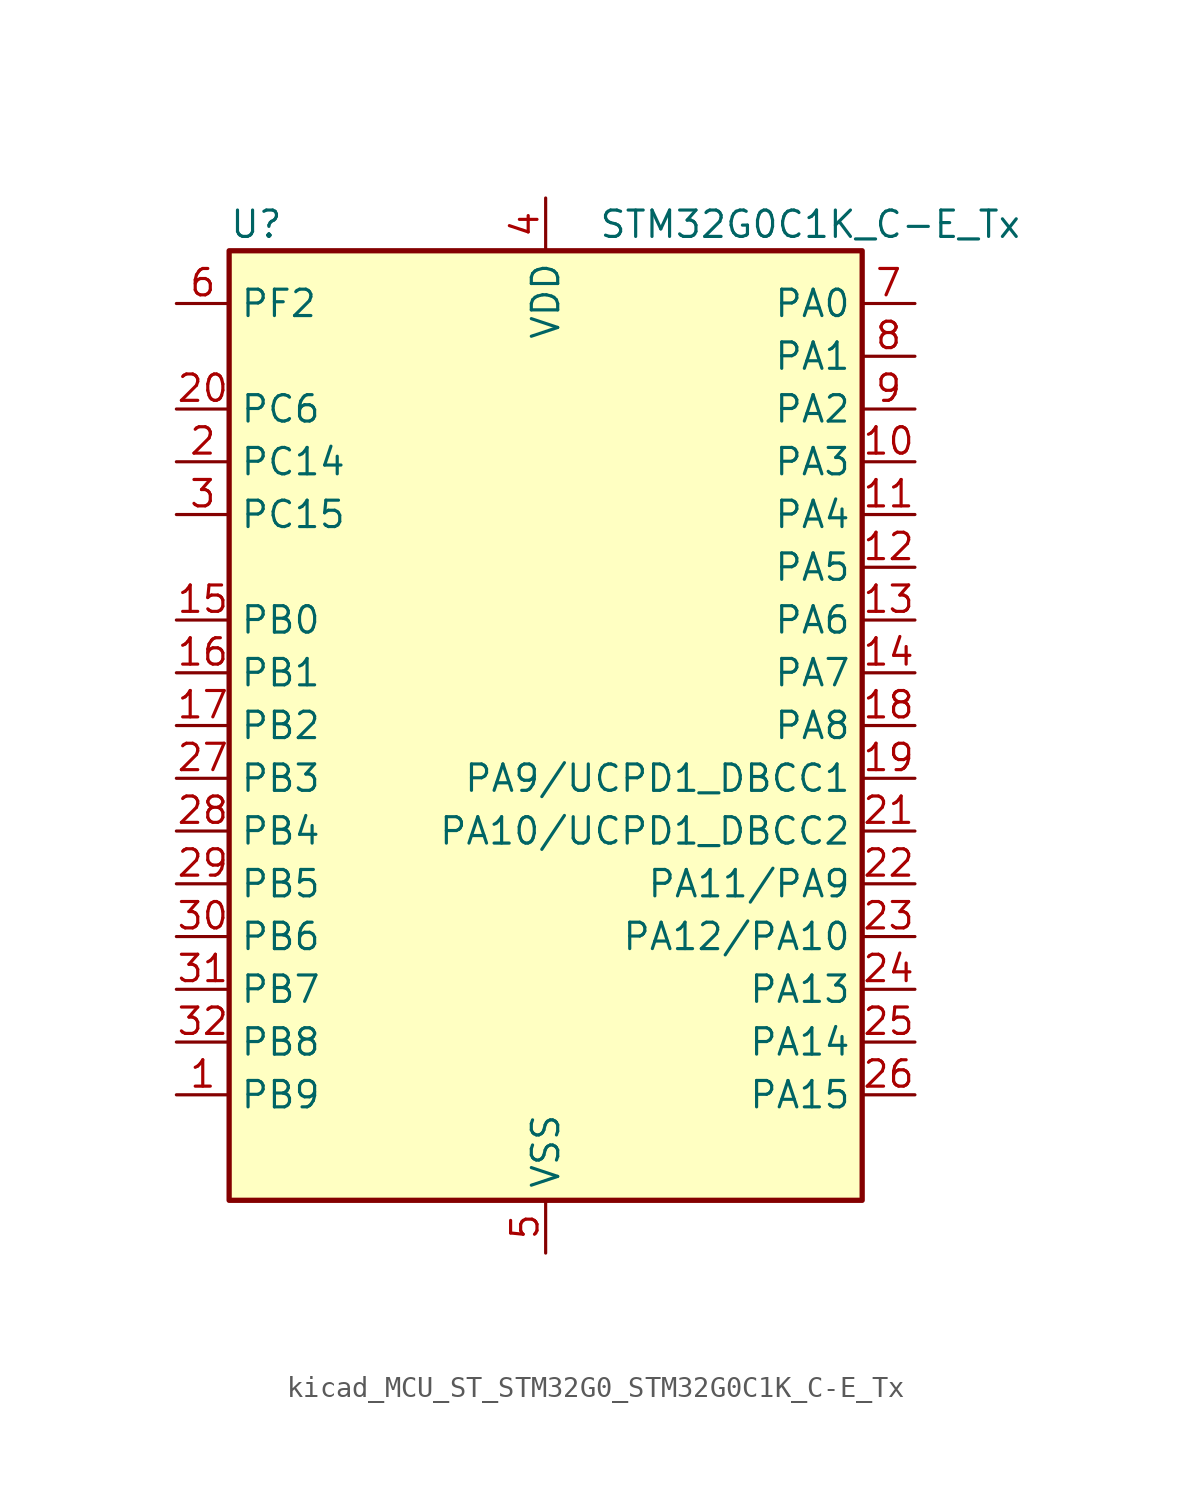
<source format=kicad_sym>
(kicad_symbol_lib
  (version 20220914)
  (generator kicad_symbol_editor)
  (symbol "kicad_MCU_ST_STM32G0_STM32G0C1K_C-E_Tx"
    (property "Reference" "U"
      (at -15.24 24.13 0)
      (effects (font (size 1.27 1.27)) (justify left)))
    (property "Value" "STM32G0C1K_C-E_Tx"
      (at 2.54 24.13 0)
      (effects (font (size 1.27 1.27)) (justify left)))
    (property "ki_locked" ""
      (at 0 0 0)
      (effects (font (size 1.27 1.27))))
    (symbol "kicad_MCU_ST_STM32G0_STM32G0C1K_C-E_Tx_0_1"
      (rectangle (start -15.24 -22.86) (end 15.24 22.86) (stroke (width 0.254) (type default)) (fill (type background))))
    (symbol "kicad_MCU_ST_STM32G0_STM32G0C1K_C-E_Tx_1_1"
      (pin bidirectional line (at -17.78 -17.78 0) (length 2.54) (name "PB9" (effects (font (size 1.27 1.27)))) (number "1" (effects (font (size 1.27 1.27)))) (alternate "DAC1_EXTI9" bidirectional line) (alternate "FDCAN1_TX" bidirectional line) (alternate "I2C1_SDA" bidirectional line) (alternate "I2S2_WS" bidirectional line) (alternate "IR_OUT" bidirectional line) (alternate "SPI2_NSS" bidirectional line) (alternate "TIM17_CH1" bidirectional line) (alternate "TIM4_CH4" bidirectional line) (alternate "USART3_RX" bidirectional line) (alternate "USART6_RX" bidirectional line))
      (pin bidirectional line (at 17.78 12.7 180) (length 2.54) (name "PA3" (effects (font (size 1.27 1.27)))) (number "10" (effects (font (size 1.27 1.27)))) (alternate "ADC1_IN3" bidirectional line) (alternate "COMP2_INP" bidirectional line) (alternate "I2S2_MCK" bidirectional line) (alternate "LPUART1_RX" bidirectional line) (alternate "SPI2_MISO" bidirectional line) (alternate "TIM15_CH2" bidirectional line) (alternate "TIM2_CH4" bidirectional line) (alternate "USART2_RX" bidirectional line))
      (pin bidirectional line (at 17.78 10.16 180) (length 2.54) (name "PA4" (effects (font (size 1.27 1.27)))) (number "11" (effects (font (size 1.27 1.27)))) (alternate "ADC1_IN4" bidirectional line) (alternate "DAC1_OUT1" bidirectional line) (alternate "I2S1_WS" bidirectional line) (alternate "I2S2_SD" bidirectional line) (alternate "LPTIM2_OUT" bidirectional line) (alternate "RTC_OUT1" bidirectional line) (alternate "RTC_TAMP_IN1" bidirectional line) (alternate "RTC_TS" bidirectional line) (alternate "SPI1_NSS" bidirectional line) (alternate "SPI2_MOSI" bidirectional line) (alternate "SPI3_NSS" bidirectional line) (alternate "SYS_WKUP2" bidirectional line) (alternate "TIM14_CH1" bidirectional line) (alternate "USART6_TX" bidirectional line) (alternate "USB_NOE" bidirectional line))
      (pin bidirectional line (at 17.78 7.62 180) (length 2.54) (name "PA5" (effects (font (size 1.27 1.27)))) (number "12" (effects (font (size 1.27 1.27)))) (alternate "ADC1_IN5" bidirectional line) (alternate "CEC" bidirectional line) (alternate "DAC1_OUT2" bidirectional line) (alternate "I2S1_CK" bidirectional line) (alternate "LPTIM2_ETR" bidirectional line) (alternate "SPI1_SCK" bidirectional line) (alternate "TIM2_CH1" bidirectional line) (alternate "TIM2_ETR" bidirectional line) (alternate "UCPD1_FRSTX1" bidirectional line) (alternate "UCPD1_FRSTX2" bidirectional line) (alternate "USART3_TX" bidirectional line) (alternate "USART6_RX" bidirectional line))
      (pin bidirectional line (at 17.78 5.08 180) (length 2.54) (name "PA6" (effects (font (size 1.27 1.27)))) (number "13" (effects (font (size 1.27 1.27)))) (alternate "ADC1_IN6" bidirectional line) (alternate "COMP1_OUT" bidirectional line) (alternate "I2C2_SDA" bidirectional line) (alternate "I2C3_SDA" bidirectional line) (alternate "I2S1_MCK" bidirectional line) (alternate "LPUART1_CTS" bidirectional line) (alternate "SPI1_MISO" bidirectional line) (alternate "TIM16_CH1" bidirectional line) (alternate "TIM1_BK" bidirectional line) (alternate "TIM3_CH1" bidirectional line) (alternate "USART3_CTS" bidirectional line) (alternate "USART3_NSS" bidirectional line) (alternate "USART6_CTS" bidirectional line) (alternate "USART6_NSS" bidirectional line))
      (pin bidirectional line (at 17.78 2.54 180) (length 2.54) (name "PA7" (effects (font (size 1.27 1.27)))) (number "14" (effects (font (size 1.27 1.27)))) (alternate "ADC1_IN7" bidirectional line) (alternate "COMP2_OUT" bidirectional line) (alternate "I2C2_SCL" bidirectional line) (alternate "I2C3_SCL" bidirectional line) (alternate "I2S1_SD" bidirectional line) (alternate "SPI1_MOSI" bidirectional line) (alternate "TIM14_CH1" bidirectional line) (alternate "TIM17_CH1" bidirectional line) (alternate "TIM1_CH1N" bidirectional line) (alternate "TIM3_CH2" bidirectional line) (alternate "UCPD1_FRSTX1" bidirectional line) (alternate "UCPD1_FRSTX2" bidirectional line) (alternate "USART6_CK" bidirectional line) (alternate "USART6_DE" bidirectional line) (alternate "USART6_RTS" bidirectional line))
      (pin bidirectional line (at -17.78 5.08 0) (length 2.54) (name "PB0" (effects (font (size 1.27 1.27)))) (number "15" (effects (font (size 1.27 1.27)))) (alternate "ADC1_IN8" bidirectional line) (alternate "COMP1_OUT" bidirectional line) (alternate "COMP3_INP" bidirectional line) (alternate "FDCAN2_RX" bidirectional line) (alternate "I2S1_WS" bidirectional line) (alternate "LPTIM1_OUT" bidirectional line) (alternate "LPUART2_CTS" bidirectional line) (alternate "SPI1_NSS" bidirectional line) (alternate "TIM1_CH2N" bidirectional line) (alternate "TIM3_CH3" bidirectional line) (alternate "UCPD1_FRSTX1" bidirectional line) (alternate "UCPD1_FRSTX2" bidirectional line) (alternate "USART3_RX" bidirectional line) (alternate "USART5_TX" bidirectional line))
      (pin bidirectional line (at -17.78 2.54 0) (length 2.54) (name "PB1" (effects (font (size 1.27 1.27)))) (number "16" (effects (font (size 1.27 1.27)))) (alternate "ADC1_IN9" bidirectional line) (alternate "COMP1_INM" bidirectional line) (alternate "COMP3_OUT" bidirectional line) (alternate "FDCAN2_TX" bidirectional line) (alternate "LPTIM2_IN1" bidirectional line) (alternate "LPUART1_DE" bidirectional line) (alternate "LPUART1_RTS" bidirectional line) (alternate "LPUART2_DE" bidirectional line) (alternate "LPUART2_RTS" bidirectional line) (alternate "TIM14_CH1" bidirectional line) (alternate "TIM1_CH3N" bidirectional line) (alternate "TIM3_CH4" bidirectional line) (alternate "USART3_CK" bidirectional line) (alternate "USART3_DE" bidirectional line) (alternate "USART3_RTS" bidirectional line) (alternate "USART5_RX" bidirectional line))
      (pin bidirectional line (at -17.78 0 0) (length 2.54) (name "PB2" (effects (font (size 1.27 1.27)))) (number "17" (effects (font (size 1.27 1.27)))) (alternate "ADC1_IN10" bidirectional line) (alternate "COMP1_INP" bidirectional line) (alternate "COMP3_INM" bidirectional line) (alternate "I2S2_MCK" bidirectional line) (alternate "LPTIM1_OUT" bidirectional line) (alternate "RCC_MCO_2" bidirectional line) (alternate "SPI2_MISO" bidirectional line) (alternate "USART3_TX" bidirectional line))
      (pin bidirectional line (at 17.78 0 180) (length 2.54) (name "PA8" (effects (font (size 1.27 1.27)))) (number "18" (effects (font (size 1.27 1.27)))) (alternate "CRS1_SYNC" bidirectional line) (alternate "I2C2_SMBA" bidirectional line) (alternate "I2S2_WS" bidirectional line) (alternate "LPTIM2_OUT" bidirectional line) (alternate "RCC_MCO" bidirectional line) (alternate "SPI2_NSS" bidirectional line) (alternate "TIM1_CH1" bidirectional line) (alternate "UCPD1_CC1" bidirectional line))
      (pin bidirectional line (at 17.78 -2.54 180) (length 2.54) (name "PA9/UCPD1_DBCC1" (effects (font (size 1.27 1.27)))) (number "19" (effects (font (size 1.27 1.27)))) (alternate "DAC1_EXTI9" bidirectional line) (alternate "I2C1_SCL" bidirectional line) (alternate "I2C2_SCL" bidirectional line) (alternate "I2S2_MCK" bidirectional line) (alternate "RCC_MCO" bidirectional line) (alternate "SPI2_MISO" bidirectional line) (alternate "TIM15_BK" bidirectional line) (alternate "TIM1_CH2" bidirectional line) (alternate "UCPD1_DBCC1" bidirectional line) (alternate "USART1_TX" bidirectional line))
      (pin bidirectional line (at -17.78 12.7 0) (length 2.54) (name "PC14" (effects (font (size 1.27 1.27)))) (number "2" (effects (font (size 1.27 1.27)))) (alternate "RCC_OSC32_IN" bidirectional line) (alternate "RCC_OSC_IN" bidirectional line) (alternate "TIM1_BK2" bidirectional line))
      (pin bidirectional line (at -17.78 15.24 0) (length 2.54) (name "PC6" (effects (font (size 1.27 1.27)))) (number "20" (effects (font (size 1.27 1.27)))) (alternate "LPUART2_TX" bidirectional line) (alternate "TIM2_CH3" bidirectional line) (alternate "TIM3_CH1" bidirectional line) (alternate "UCPD1_FRSTX1" bidirectional line) (alternate "UCPD1_FRSTX2" bidirectional line))
      (pin bidirectional line (at 17.78 -5.08 180) (length 2.54) (name "PA10/UCPD1_DBCC2" (effects (font (size 1.27 1.27)))) (number "21" (effects (font (size 1.27 1.27)))) (alternate "I2C1_SDA" bidirectional line) (alternate "I2C2_SDA" bidirectional line) (alternate "I2S2_SD" bidirectional line) (alternate "RCC_MCO_2" bidirectional line) (alternate "SPI2_MOSI" bidirectional line) (alternate "TIM17_BK" bidirectional line) (alternate "TIM1_CH3" bidirectional line) (alternate "UCPD1_DBCC2" bidirectional line) (alternate "USART1_RX" bidirectional line))
      (pin bidirectional line (at 17.78 -7.62 180) (length 2.54) (name "PA11/PA9" (effects (font (size 1.27 1.27)))) (number "22" (effects (font (size 1.27 1.27)))) (alternate "ADC1_EXTI11" bidirectional line) (alternate "COMP1_OUT" bidirectional line) (alternate "FDCAN1_RX" bidirectional line) (alternate "I2C2_SCL" bidirectional line) (alternate "I2S1_MCK" bidirectional line) (alternate "SPI1_MISO" bidirectional line) (alternate "TIM1_BK2" bidirectional line) (alternate "TIM1_CH4" bidirectional line) (alternate "USART1_CTS" bidirectional line) (alternate "USART1_NSS" bidirectional line) (alternate "USB_DM" bidirectional line))
      (pin bidirectional line (at 17.78 -10.16 180) (length 2.54) (name "PA12/PA10" (effects (font (size 1.27 1.27)))) (number "23" (effects (font (size 1.27 1.27)))) (alternate "COMP2_OUT" bidirectional line) (alternate "FDCAN1_TX" bidirectional line) (alternate "I2C2_SDA" bidirectional line) (alternate "I2S1_SD" bidirectional line) (alternate "I2S_CKIN" bidirectional line) (alternate "SPI1_MOSI" bidirectional line) (alternate "TIM1_ETR" bidirectional line) (alternate "USART1_CK" bidirectional line) (alternate "USART1_DE" bidirectional line) (alternate "USART1_RTS" bidirectional line) (alternate "USB_DP" bidirectional line))
      (pin bidirectional line (at 17.78 -12.7 180) (length 2.54) (name "PA13" (effects (font (size 1.27 1.27)))) (number "24" (effects (font (size 1.27 1.27)))) (alternate "IR_OUT" bidirectional line) (alternate "LPUART2_RX" bidirectional line) (alternate "SYS_SWDIO" bidirectional line) (alternate "USB_NOE" bidirectional line))
      (pin bidirectional line (at 17.78 -15.24 180) (length 2.54) (name "PA14" (effects (font (size 1.27 1.27)))) (number "25" (effects (font (size 1.27 1.27)))) (alternate "LPUART2_TX" bidirectional line) (alternate "SYS_SWCLK" bidirectional line) (alternate "USART2_TX" bidirectional line))
      (pin bidirectional line (at 17.78 -17.78 180) (length 2.54) (name "PA15" (effects (font (size 1.27 1.27)))) (number "26" (effects (font (size 1.27 1.27)))) (alternate "I2C2_SMBA" bidirectional line) (alternate "I2S1_WS" bidirectional line) (alternate "RCC_MCO_2" bidirectional line) (alternate "SPI1_NSS" bidirectional line) (alternate "SPI3_NSS" bidirectional line) (alternate "TIM2_CH1" bidirectional line) (alternate "TIM2_ETR" bidirectional line) (alternate "USART2_RX" bidirectional line) (alternate "USART3_CK" bidirectional line) (alternate "USART3_DE" bidirectional line) (alternate "USART3_RTS" bidirectional line) (alternate "USART4_CK" bidirectional line) (alternate "USART4_DE" bidirectional line) (alternate "USART4_RTS" bidirectional line) (alternate "USB_NOE" bidirectional line))
      (pin bidirectional line (at -17.78 -2.54 0) (length 2.54) (name "PB3" (effects (font (size 1.27 1.27)))) (number "27" (effects (font (size 1.27 1.27)))) (alternate "COMP2_INM" bidirectional line) (alternate "I2C2_SCL" bidirectional line) (alternate "I2C3_SCL" bidirectional line) (alternate "I2S1_CK" bidirectional line) (alternate "SPI1_SCK" bidirectional line) (alternate "SPI3_SCK" bidirectional line) (alternate "TIM1_CH2" bidirectional line) (alternate "TIM2_CH2" bidirectional line) (alternate "USART1_CK" bidirectional line) (alternate "USART1_DE" bidirectional line) (alternate "USART1_RTS" bidirectional line) (alternate "USART5_TX" bidirectional line))
      (pin bidirectional line (at -17.78 -5.08 0) (length 2.54) (name "PB4" (effects (font (size 1.27 1.27)))) (number "28" (effects (font (size 1.27 1.27)))) (alternate "COMP2_INP" bidirectional line) (alternate "I2C2_SDA" bidirectional line) (alternate "I2C3_SDA" bidirectional line) (alternate "I2S1_MCK" bidirectional line) (alternate "SPI1_MISO" bidirectional line) (alternate "SPI3_MISO" bidirectional line) (alternate "TIM17_BK" bidirectional line) (alternate "TIM3_CH1" bidirectional line) (alternate "USART1_CTS" bidirectional line) (alternate "USART1_NSS" bidirectional line) (alternate "USART5_RX" bidirectional line))
      (pin bidirectional line (at -17.78 -7.62 0) (length 2.54) (name "PB5" (effects (font (size 1.27 1.27)))) (number "29" (effects (font (size 1.27 1.27)))) (alternate "COMP2_OUT" bidirectional line) (alternate "FDCAN2_RX" bidirectional line) (alternate "I2C1_SMBA" bidirectional line) (alternate "I2S1_SD" bidirectional line) (alternate "LPTIM1_IN1" bidirectional line) (alternate "SPI1_MOSI" bidirectional line) (alternate "SPI3_MOSI" bidirectional line) (alternate "SYS_WKUP6" bidirectional line) (alternate "TIM16_BK" bidirectional line) (alternate "TIM3_CH2" bidirectional line) (alternate "USART5_CK" bidirectional line) (alternate "USART5_DE" bidirectional line) (alternate "USART5_RTS" bidirectional line))
      (pin bidirectional line (at -17.78 10.16 0) (length 2.54) (name "PC15" (effects (font (size 1.27 1.27)))) (number "3" (effects (font (size 1.27 1.27)))) (alternate "RCC_OSC32_EN" bidirectional line) (alternate "RCC_OSC32_OUT" bidirectional line) (alternate "RCC_OSC_EN" bidirectional line) (alternate "TIM15_BK" bidirectional line))
      (pin bidirectional line (at -17.78 -10.16 0) (length 2.54) (name "PB6" (effects (font (size 1.27 1.27)))) (number "30" (effects (font (size 1.27 1.27)))) (alternate "COMP2_INP" bidirectional line) (alternate "FDCAN2_TX" bidirectional line) (alternate "I2C1_SCL" bidirectional line) (alternate "I2S2_MCK" bidirectional line) (alternate "LPTIM1_ETR" bidirectional line) (alternate "LPUART2_TX" bidirectional line) (alternate "SPI2_MISO" bidirectional line) (alternate "TIM16_CH1N" bidirectional line) (alternate "TIM1_CH3" bidirectional line) (alternate "TIM4_CH1" bidirectional line) (alternate "USART1_TX" bidirectional line) (alternate "USART5_CTS" bidirectional line) (alternate "USART5_NSS" bidirectional line))
      (pin bidirectional line (at -17.78 -12.7 0) (length 2.54) (name "PB7" (effects (font (size 1.27 1.27)))) (number "31" (effects (font (size 1.27 1.27)))) (alternate "COMP2_INM" bidirectional line) (alternate "I2C1_SDA" bidirectional line) (alternate "I2S2_SD" bidirectional line) (alternate "LPTIM1_IN2" bidirectional line) (alternate "LPUART2_RX" bidirectional line) (alternate "SPI2_MOSI" bidirectional line) (alternate "SYS_PVD_IN" bidirectional line) (alternate "TIM17_CH1N" bidirectional line) (alternate "TIM4_CH2" bidirectional line) (alternate "USART1_RX" bidirectional line) (alternate "USART4_CTS" bidirectional line) (alternate "USART4_NSS" bidirectional line))
      (pin bidirectional line (at -17.78 -15.24 0) (length 2.54) (name "PB8" (effects (font (size 1.27 1.27)))) (number "32" (effects (font (size 1.27 1.27)))) (alternate "CEC" bidirectional line) (alternate "FDCAN1_RX" bidirectional line) (alternate "I2C1_SCL" bidirectional line) (alternate "I2S2_CK" bidirectional line) (alternate "SPI2_SCK" bidirectional line) (alternate "TIM15_BK" bidirectional line) (alternate "TIM16_CH1" bidirectional line) (alternate "TIM4_CH3" bidirectional line) (alternate "USART3_TX" bidirectional line) (alternate "USART6_TX" bidirectional line))
      (pin power_in line (at 0 25.4 270) (length 2.54) (name "VDD" (effects (font (size 1.27 1.27)))) (number "4" (effects (font (size 1.27 1.27)))))
      (pin power_in line (at 0 -25.4 90) (length 2.54) (name "VSS" (effects (font (size 1.27 1.27)))) (number "5" (effects (font (size 1.27 1.27)))))
      (pin bidirectional line (at -17.78 20.32 0) (length 2.54) (name "PF2" (effects (font (size 1.27 1.27)))) (number "6" (effects (font (size 1.27 1.27)))) (alternate "LPUART2_DE" bidirectional line) (alternate "LPUART2_RTS" bidirectional line) (alternate "LPUART2_TX" bidirectional line) (alternate "RCC_MCO" bidirectional line))
      (pin bidirectional line (at 17.78 20.32 180) (length 2.54) (name "PA0" (effects (font (size 1.27 1.27)))) (number "7" (effects (font (size 1.27 1.27)))) (alternate "ADC1_IN0" bidirectional line) (alternate "COMP1_INM" bidirectional line) (alternate "COMP1_OUT" bidirectional line) (alternate "I2S2_CK" bidirectional line) (alternate "LPTIM1_OUT" bidirectional line) (alternate "RTC_TAMP_IN2" bidirectional line) (alternate "SPI2_SCK" bidirectional line) (alternate "SYS_WKUP1" bidirectional line) (alternate "TIM2_CH1" bidirectional line) (alternate "TIM2_ETR" bidirectional line) (alternate "USART2_CTS" bidirectional line) (alternate "USART2_NSS" bidirectional line) (alternate "USART4_TX" bidirectional line))
      (pin bidirectional line (at 17.78 17.78 180) (length 2.54) (name "PA1" (effects (font (size 1.27 1.27)))) (number "8" (effects (font (size 1.27 1.27)))) (alternate "ADC1_IN1" bidirectional line) (alternate "COMP1_INP" bidirectional line) (alternate "I2C1_SMBA" bidirectional line) (alternate "I2S1_CK" bidirectional line) (alternate "SPI1_SCK" bidirectional line) (alternate "TIM15_CH1N" bidirectional line) (alternate "TIM2_CH2" bidirectional line) (alternate "USART2_CK" bidirectional line) (alternate "USART2_DE" bidirectional line) (alternate "USART2_RTS" bidirectional line) (alternate "USART4_RX" bidirectional line))
      (pin bidirectional line (at 17.78 15.24 180) (length 2.54) (name "PA2" (effects (font (size 1.27 1.27)))) (number "9" (effects (font (size 1.27 1.27)))) (alternate "ADC1_IN2" bidirectional line) (alternate "COMP2_INM" bidirectional line) (alternate "COMP2_OUT" bidirectional line) (alternate "I2S1_SD" bidirectional line) (alternate "LPUART1_TX" bidirectional line) (alternate "RCC_LSCO" bidirectional line) (alternate "SPI1_MOSI" bidirectional line) (alternate "SYS_WKUP4" bidirectional line) (alternate "TIM15_CH1" bidirectional line) (alternate "TIM2_CH3" bidirectional line) (alternate "UCPD1_FRSTX1" bidirectional line) (alternate "UCPD1_FRSTX2" bidirectional line) (alternate "USART2_TX" bidirectional line)))))
</source>
